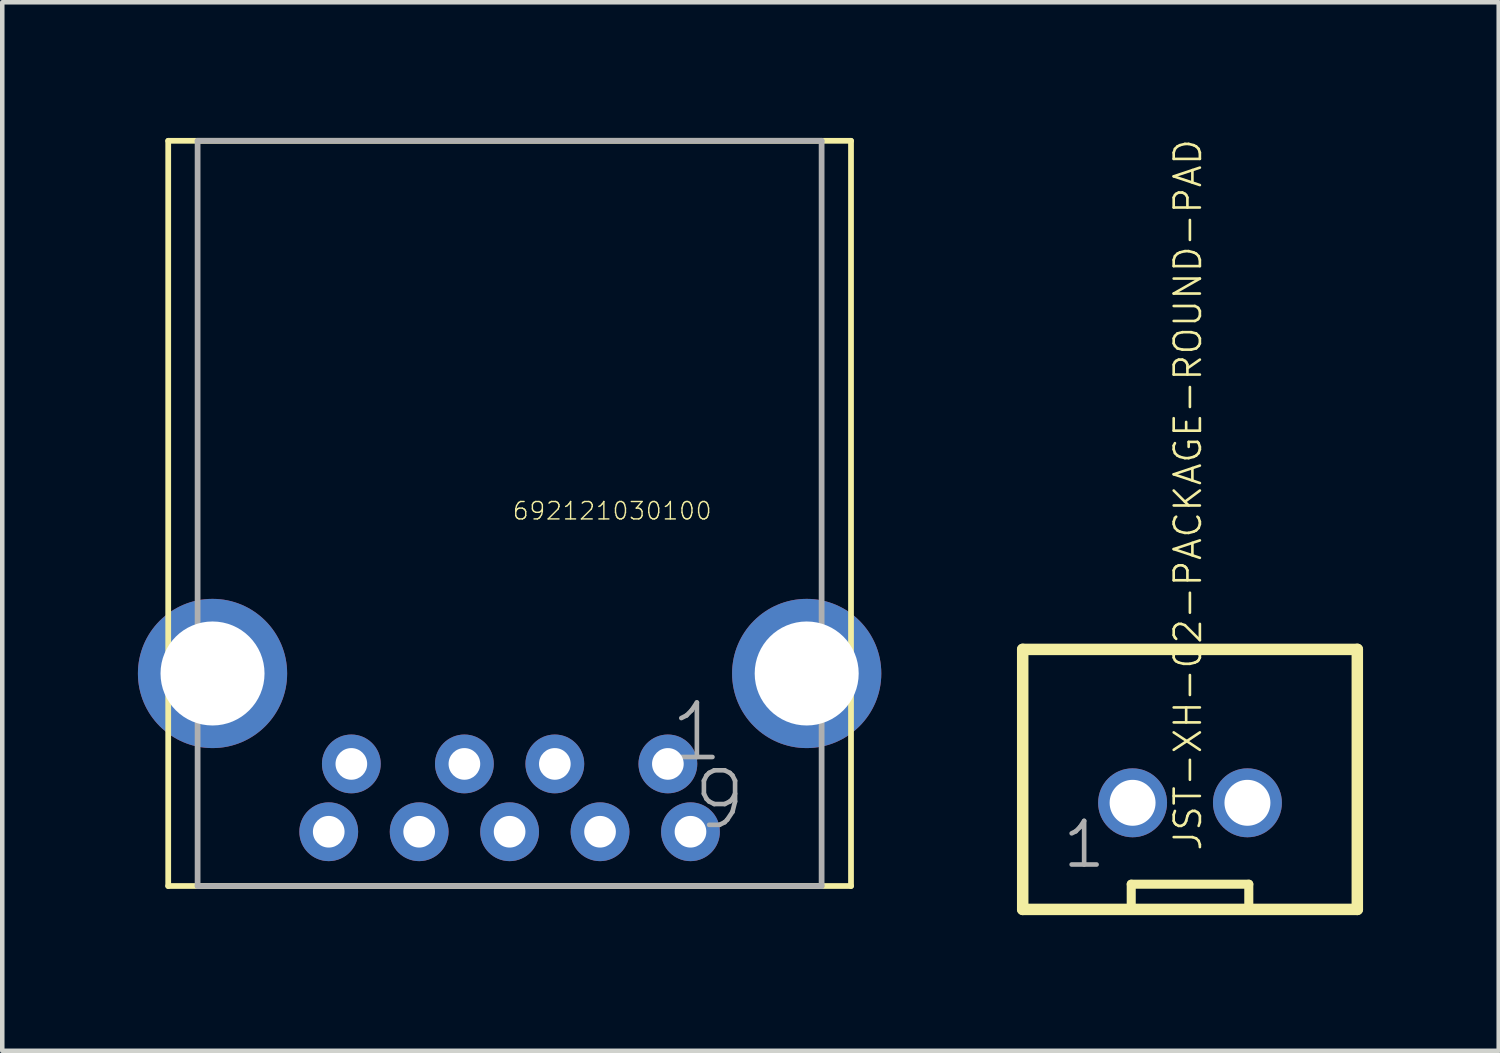
<source format=kicad_pcb>
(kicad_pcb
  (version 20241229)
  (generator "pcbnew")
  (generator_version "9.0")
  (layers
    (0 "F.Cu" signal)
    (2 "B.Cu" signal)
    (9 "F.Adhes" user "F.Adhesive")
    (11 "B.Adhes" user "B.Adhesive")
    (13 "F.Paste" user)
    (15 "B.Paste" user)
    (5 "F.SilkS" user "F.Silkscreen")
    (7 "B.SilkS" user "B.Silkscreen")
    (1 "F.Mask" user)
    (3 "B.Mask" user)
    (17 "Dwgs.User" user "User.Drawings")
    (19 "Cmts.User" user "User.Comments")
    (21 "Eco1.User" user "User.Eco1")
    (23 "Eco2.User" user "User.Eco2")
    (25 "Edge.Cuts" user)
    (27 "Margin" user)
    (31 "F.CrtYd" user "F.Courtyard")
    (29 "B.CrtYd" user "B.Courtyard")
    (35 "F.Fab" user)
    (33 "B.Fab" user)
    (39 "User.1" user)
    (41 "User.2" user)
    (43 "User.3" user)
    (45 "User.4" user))
  (footprint "692121030100"
    (layer "F.Cu")
    (at 8.22 15.344)
    (property "Reference" "692121030100" (at 0.042 -6.869 180) (layer "F.SilkS") (effects (font (size 0.386 0.386) (thickness 0.031)) (justify left bottom)))
    (attr through_hole)
    (fp_line (start -7.55 -15.28) (end -7.55 1.2) (stroke (width 0.127) (type solid)) (layer "F.SilkS"))
    (fp_line (start -7.55 1.2) (end 7.55 1.2) (stroke (width 0.127) (type solid)) (layer "F.SilkS"))
    (fp_line (start 7.55 -15.28) (end -7.55 -15.28) (stroke (width 0.127) (type solid)) (layer "F.SilkS"))
    (fp_line (start 7.55 1.2) (end 7.55 -15.28) (stroke (width 0.127) (type solid)) (layer "F.SilkS"))
    (fp_line (start -6.9 -15.28) (end -6.9 1.2) (stroke (width 0.127) (type solid)) (layer "F.Fab"))
    (fp_line (start -6.9 1.2) (end 6.9 1.2) (stroke (width 0.127) (type solid)) (layer "F.Fab"))
    (fp_line (start 6.9 -15.28) (end -6.9 -15.28) (stroke (width 0.127) (type solid)) (layer "F.Fab"))
    (fp_line (start 6.9 1.2) (end 6.9 -15.28) (stroke (width 0.127) (type solid)) (layer "F.Fab"))
    (fp_text user "9" (at 4 0 0) (layer "F.Fab") (effects (font (size 1.206 1.206) (thickness 0.102)) (justify left bottom)))
    (fp_text user "1" (at 3.5 -1.5 0) (layer "F.Fab") (effects (font (size 1.206 1.206) (thickness 0.102)) (justify left bottom)))
    (pad "1" thru_hole circle (at 3.5 -1.5) (size 1.3 1.3) (drill 0.7) (layers "*.Cu" "*.Mask"))
    (pad "2" thru_hole circle (at 1 -1.5) (size 1.3 1.3) (drill 0.7) (layers "*.Cu" "*.Mask"))
    (pad "3" thru_hole circle (at -1 -1.5) (size 1.3 1.3) (drill 0.7) (layers "*.Cu" "*.Mask"))
    (pad "4" thru_hole circle (at -3.5 -1.5) (size 1.3 1.3) (drill 0.7) (layers "*.Cu" "*.Mask"))
    (pad "5" thru_hole circle (at -4 0) (size 1.3 1.3) (drill 0.7) (layers "*.Cu" "*.Mask"))
    (pad "6" thru_hole circle (at -2 0) (size 1.3 1.3) (drill 0.7) (layers "*.Cu" "*.Mask"))
    (pad "7" thru_hole circle (at 0 0) (size 1.3 1.3) (drill 0.7) (layers "*.Cu" "*.Mask"))
    (pad "8" thru_hole circle (at 2 0) (size 1.3 1.3) (drill 0.7) (layers "*.Cu" "*.Mask"))
    (pad "9" thru_hole circle (at 4 0) (size 1.3 1.3) (drill 0.7) (layers "*.Cu" "*.Mask"))
    (pad "Z1" thru_hole circle (at -6.57 -3.5) (size 3.3 3.3) (drill 2.3) (layers "*.Cu" "*.Mask"))
    (pad "Z2" thru_hole circle (at 6.57 -3.5) (size 3.3 3.3) (drill 2.3) (layers "*.Cu" "*.Mask")))
  (footprint "JST-XH-02-PACKAGE-ROUND-PAD"
    (layer "F.Cu")
    (at 23.267 14.704)
    (property "Reference" "JST-XH-02-PACKAGE-ROUND-PAD" (at 0.292 1.1 90) (layer "F.SilkS") (effects (font (size 0.579 0.579) (thickness 0.058)) (justify left bottom)))
    (attr through_hole)
    (fp_line (start -3.7 -3.393) (end -3.7 2.357) (stroke (width 0.254) (type solid)) (layer "F.SilkS"))
    (fp_line (start -3.7 2.357) (end 3.7 2.357) (stroke (width 0.254) (type solid)) (layer "F.SilkS"))
    (fp_line (start -1.3 1.8) (end 1.3 1.8) (stroke (width 0.2) (type solid)) (layer "F.SilkS"))
    (fp_line (start -1.3 2.3) (end -1.3 1.8) (stroke (width 0.2) (type solid)) (layer "F.SilkS"))
    (fp_line (start 1.3 2.3) (end 1.3 1.8) (stroke (width 0.2) (type solid)) (layer "F.SilkS"))
    (fp_line (start 3.7 -3.393) (end -3.7 -3.393) (stroke (width 0.254) (type solid)) (layer "F.SilkS"))
    (fp_line (start 3.7 2.357) (end 3.7 -3.393) (stroke (width 0.254) (type solid)) (layer "F.SilkS"))
    (fp_text user "1" (at -2.868 1.488 0) (layer "F.Fab") (effects (font (size 0.965 0.965) (thickness 0.102)) (justify left bottom)))
    (pad "1" thru_hole circle (at -1.27 0 90) (size 1.524 1.524) (drill 1.016) (layers "*.Cu" "*.Mask"))
    (pad "2" thru_hole circle (at 1.27 0 90) (size 1.524 1.524) (drill 1.016) (layers "*.Cu" "*.Mask")))
  (gr_rect
    (start -3 -3)
    (end 30.094 20.189)
    (stroke (width 0.1) (type default))
    (fill no)
    (layer "Edge.Cuts")))
</source>
